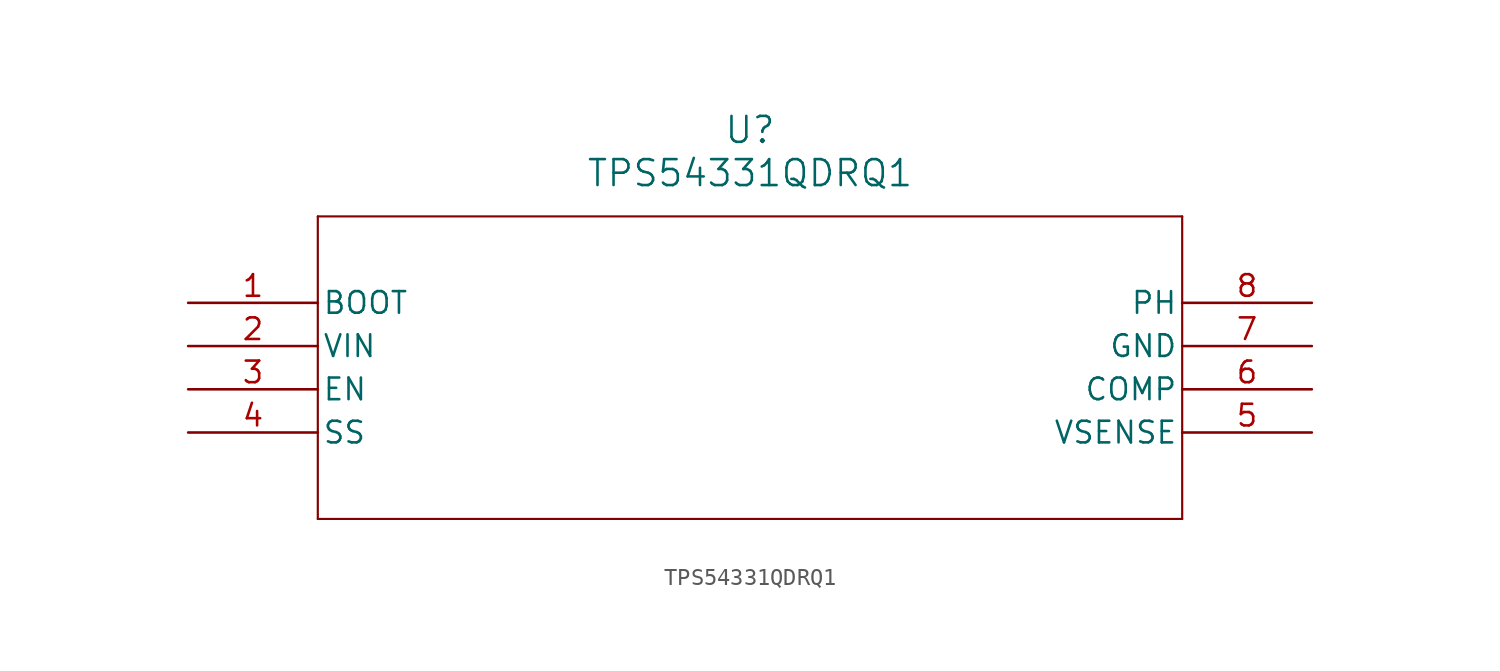
<source format=kicad_sym>
(kicad_symbol_lib
  (version 20231120)
  (generator "kicad_symbol_editor")
  (generator_version "8.0")
  (symbol "TPS54331QDRQ1"
    (pin_names
      (offset 0.254))
    (property "Reference" "U"
      (at 33.02 10.16 0)
      (effects (font (size 1.524 1.524))))
    (property "Value" "TPS54331QDRQ1"
      (at 33.02 7.62 0)
      (effects (font (size 1.524 1.524))))
    (property "ki_locked" ""
      (at 0 0 0)
      (effects (font (size 1.27 1.27))))
    (symbol "TPS54331QDRQ1_0_1"
      (polyline (pts (xy 7.62 -12.7) (xy 58.42 -12.7)) (stroke (width 0.127) (type default)) (fill (type none)))
      (polyline (pts (xy 7.62 5.08) (xy 7.62 -12.7)) (stroke (width 0.127) (type default)) (fill (type none)))
      (polyline (pts (xy 58.42 -12.7) (xy 58.42 5.08)) (stroke (width 0.127) (type default)) (fill (type none)))
      (polyline (pts (xy 58.42 5.08) (xy 7.62 5.08)) (stroke (width 0.127) (type default)) (fill (type none)))
      (pin unspecified line (at 0 0 0) (length 7.62) (name "BOOT" (effects (font (size 1.27 1.27)))) (number "1" (effects (font (size 1.27 1.27)))))
      (pin input line (at 0 -2.54 0) (length 7.62) (name "VIN" (effects (font (size 1.27 1.27)))) (number "2" (effects (font (size 1.27 1.27)))))
      (pin unspecified line (at 0 -5.08 0) (length 7.62) (name "EN" (effects (font (size 1.27 1.27)))) (number "3" (effects (font (size 1.27 1.27)))))
      (pin unspecified line (at 0 -7.62 0) (length 7.62) (name "SS" (effects (font (size 1.27 1.27)))) (number "4" (effects (font (size 1.27 1.27)))))
      (pin unspecified line (at 66.04 -7.62 180) (length 7.62) (name "VSENSE" (effects (font (size 1.27 1.27)))) (number "5" (effects (font (size 1.27 1.27)))))
      (pin output line (at 66.04 -5.08 180) (length 7.62) (name "COMP" (effects (font (size 1.27 1.27)))) (number "6" (effects (font (size 1.27 1.27)))))
      (pin power_in line (at 66.04 -2.54 180) (length 7.62) (name "GND" (effects (font (size 1.27 1.27)))) (number "7" (effects (font (size 1.27 1.27)))))
      (pin power_in line (at 66.04 0 180) (length 7.62) (name "PH" (effects (font (size 1.27 1.27)))) (number "8" (effects (font (size 1.27 1.27))))))))
</source>
